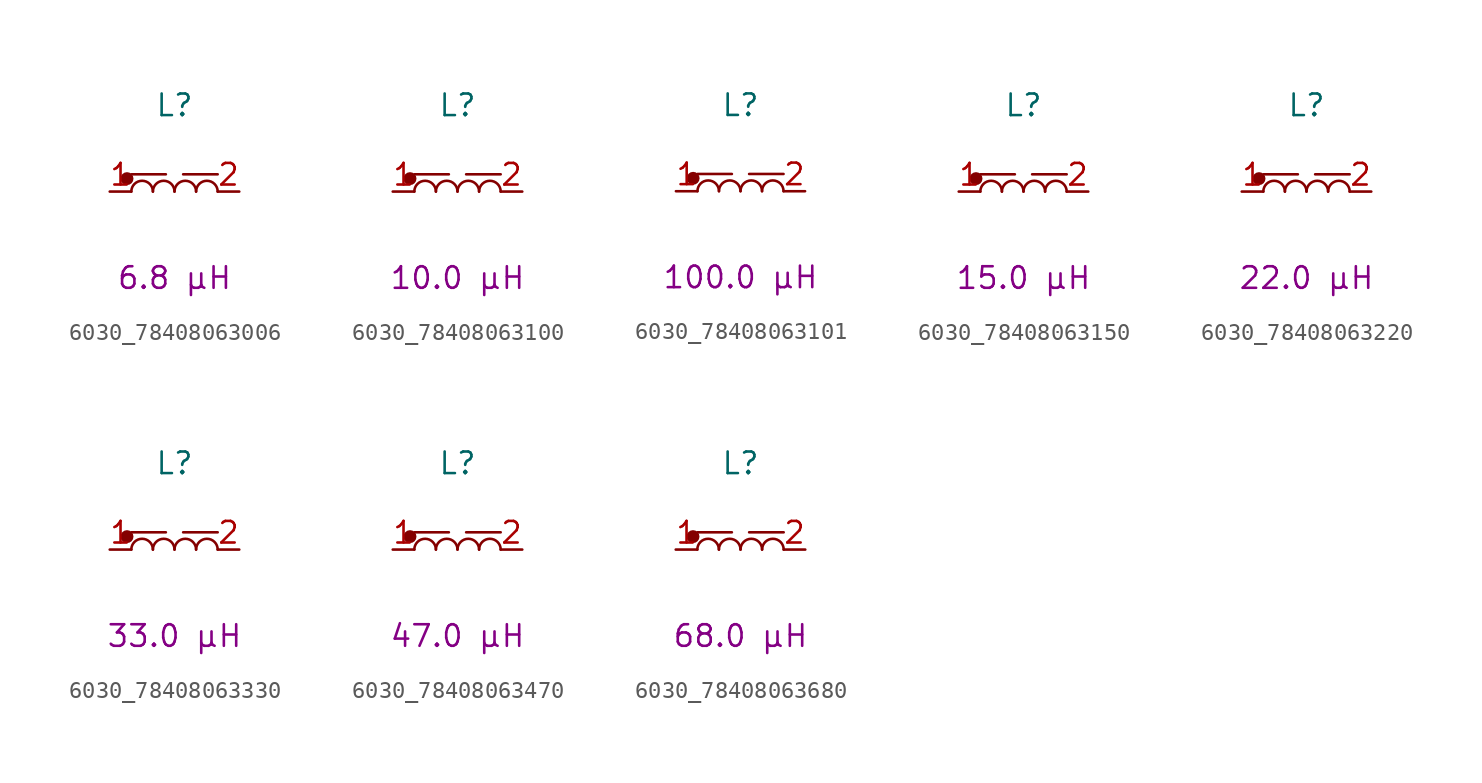
<source format=kicad_sym>
(kicad_symbol_lib
  (version 20220914)
  (generator kicad_symbol_editor)
  (symbol "6030_78408063006"
    (pin_names hide)
    (property "Reference" "L"
      (at 0 5.08 0)
      (effects (font (size 1.27 1.27))))
    (property "Critical Parameter" "6.8 µH"
      (at 0 -5.08 0)
      (effects (font (size 1.27 1.27))))
    (symbol "6030_78408063006_0_1"
      (arc (start -1.27 0) (mid -1.905 0.6323) (end -2.54 0) (stroke (width 0) (type default)) (fill (type none)))
      (arc (start 0 0) (mid -0.635 0.6323) (end -1.27 0) (stroke (width 0) (type default)) (fill (type none)))
      (polyline (pts (xy -2.54 1.016) (xy -0.508 1.016)) (stroke (width 0) (type default)) (fill (type none)))
      (arc (start 1.27 0) (mid 0.635 0.6323) (end 0 0) (stroke (width 0) (type default)) (fill (type none)))
      (arc (start 2.54 0) (mid 1.905 0.6323) (end 1.27 0) (stroke (width 0) (type default)) (fill (type none))))
    (symbol "6030_78408063006_1_1"
      (circle (center -2.794 0.762) (radius 0.0001) (stroke (width 0.381) (type default)) (fill (type none)))
      (polyline (pts (xy 2.54 1.016) (xy 0.508 1.016)) (stroke (width 0) (type default)) (fill (type none)))
      (pin passive line (at -3.81 0 0) (length 1.27) (name "1" (effects (font (size 1.27 1.27)))) (number "1" (effects (font (size 1.27 1.27)))))
      (pin passive line (at 3.81 0 180) (length 1.27) (name "2" (effects (font (size 1.27 1.27)))) (number "2" (effects (font (size 1.27 1.27)))))))
  (symbol "6030_78408063100"
    (pin_names hide)
    (property "Reference" "L"
      (at 0 5.08 0)
      (effects (font (size 1.27 1.27))))
    (property "Critical Parameter" "10.0 µH"
      (at 0 -5.08 0)
      (effects (font (size 1.27 1.27))))
    (symbol "6030_78408063100_0_1"
      (arc (start -1.27 0) (mid -1.905 0.6323) (end -2.54 0) (stroke (width 0) (type default)) (fill (type none)))
      (arc (start 0 0) (mid -0.635 0.6323) (end -1.27 0) (stroke (width 0) (type default)) (fill (type none)))
      (polyline (pts (xy -2.54 1.016) (xy -0.508 1.016)) (stroke (width 0) (type default)) (fill (type none)))
      (arc (start 1.27 0) (mid 0.635 0.6323) (end 0 0) (stroke (width 0) (type default)) (fill (type none)))
      (arc (start 2.54 0) (mid 1.905 0.6323) (end 1.27 0) (stroke (width 0) (type default)) (fill (type none))))
    (symbol "6030_78408063100_1_1"
      (circle (center -2.794 0.762) (radius 0.0001) (stroke (width 0.381) (type default)) (fill (type none)))
      (polyline (pts (xy 2.54 1.016) (xy 0.508 1.016)) (stroke (width 0) (type default)) (fill (type none)))
      (pin passive line (at -3.81 0 0) (length 1.27) (name "1" (effects (font (size 1.27 1.27)))) (number "1" (effects (font (size 1.27 1.27)))))
      (pin passive line (at 3.81 0 180) (length 1.27) (name "2" (effects (font (size 1.27 1.27)))) (number "2" (effects (font (size 1.27 1.27)))))))
  (symbol "6030_78408063101"
    (pin_names hide)
    (property "Reference" "L"
      (at 0 5.08 0)
      (effects (font (size 1.27 1.27))))
    (property "Critical Parameter" "100.0 µH"
      (at 0 -5.08 0)
      (effects (font (size 1.27 1.27))))
    (symbol "6030_78408063101_0_1"
      (arc (start -1.27 0) (mid -1.905 0.6323) (end -2.54 0) (stroke (width 0) (type default)) (fill (type none)))
      (arc (start 0 0) (mid -0.635 0.6323) (end -1.27 0) (stroke (width 0) (type default)) (fill (type none)))
      (polyline (pts (xy -2.54 1.016) (xy -0.508 1.016)) (stroke (width 0) (type default)) (fill (type none)))
      (arc (start 1.27 0) (mid 0.635 0.6323) (end 0 0) (stroke (width 0) (type default)) (fill (type none)))
      (arc (start 2.54 0) (mid 1.905 0.6323) (end 1.27 0) (stroke (width 0) (type default)) (fill (type none))))
    (symbol "6030_78408063101_1_1"
      (circle (center -2.794 0.762) (radius 0.0001) (stroke (width 0.381) (type default)) (fill (type none)))
      (polyline (pts (xy 2.54 1.016) (xy 0.508 1.016)) (stroke (width 0) (type default)) (fill (type none)))
      (pin passive line (at -3.81 0 0) (length 1.27) (name "1" (effects (font (size 1.27 1.27)))) (number "1" (effects (font (size 1.27 1.27)))))
      (pin passive line (at 3.81 0 180) (length 1.27) (name "2" (effects (font (size 1.27 1.27)))) (number "2" (effects (font (size 1.27 1.27)))))))
  (symbol "6030_78408063150"
    (pin_names hide)
    (property "Reference" "L"
      (at 0 5.08 0)
      (effects (font (size 1.27 1.27))))
    (property "Critical Parameter" "15.0 µH"
      (at 0 -5.08 0)
      (effects (font (size 1.27 1.27))))
    (symbol "6030_78408063150_0_1"
      (arc (start -1.27 0) (mid -1.905 0.6323) (end -2.54 0) (stroke (width 0) (type default)) (fill (type none)))
      (arc (start 0 0) (mid -0.635 0.6323) (end -1.27 0) (stroke (width 0) (type default)) (fill (type none)))
      (polyline (pts (xy -2.54 1.016) (xy -0.508 1.016)) (stroke (width 0) (type default)) (fill (type none)))
      (arc (start 1.27 0) (mid 0.635 0.6323) (end 0 0) (stroke (width 0) (type default)) (fill (type none)))
      (arc (start 2.54 0) (mid 1.905 0.6323) (end 1.27 0) (stroke (width 0) (type default)) (fill (type none))))
    (symbol "6030_78408063150_1_1"
      (circle (center -2.794 0.762) (radius 0.0001) (stroke (width 0.381) (type default)) (fill (type none)))
      (polyline (pts (xy 2.54 1.016) (xy 0.508 1.016)) (stroke (width 0) (type default)) (fill (type none)))
      (pin passive line (at -3.81 0 0) (length 1.27) (name "1" (effects (font (size 1.27 1.27)))) (number "1" (effects (font (size 1.27 1.27)))))
      (pin passive line (at 3.81 0 180) (length 1.27) (name "2" (effects (font (size 1.27 1.27)))) (number "2" (effects (font (size 1.27 1.27)))))))
  (symbol "6030_78408063220"
    (pin_names hide)
    (property "Reference" "L"
      (at 0 5.08 0)
      (effects (font (size 1.27 1.27))))
    (property "Critical Parameter" "22.0 µH"
      (at 0 -5.08 0)
      (effects (font (size 1.27 1.27))))
    (symbol "6030_78408063220_0_1"
      (arc (start -1.27 0) (mid -1.905 0.6323) (end -2.54 0) (stroke (width 0) (type default)) (fill (type none)))
      (arc (start 0 0) (mid -0.635 0.6323) (end -1.27 0) (stroke (width 0) (type default)) (fill (type none)))
      (polyline (pts (xy -2.54 1.016) (xy -0.508 1.016)) (stroke (width 0) (type default)) (fill (type none)))
      (arc (start 1.27 0) (mid 0.635 0.6323) (end 0 0) (stroke (width 0) (type default)) (fill (type none)))
      (arc (start 2.54 0) (mid 1.905 0.6323) (end 1.27 0) (stroke (width 0) (type default)) (fill (type none))))
    (symbol "6030_78408063220_1_1"
      (circle (center -2.794 0.762) (radius 0.0001) (stroke (width 0.381) (type default)) (fill (type none)))
      (polyline (pts (xy 2.54 1.016) (xy 0.508 1.016)) (stroke (width 0) (type default)) (fill (type none)))
      (pin passive line (at -3.81 0 0) (length 1.27) (name "1" (effects (font (size 1.27 1.27)))) (number "1" (effects (font (size 1.27 1.27)))))
      (pin passive line (at 3.81 0 180) (length 1.27) (name "2" (effects (font (size 1.27 1.27)))) (number "2" (effects (font (size 1.27 1.27)))))))
  (symbol "6030_78408063330"
    (pin_names hide)
    (property "Reference" "L"
      (at 0 5.08 0)
      (effects (font (size 1.27 1.27))))
    (property "Critical Parameter" "33.0 µH"
      (at 0 -5.08 0)
      (effects (font (size 1.27 1.27))))
    (symbol "6030_78408063330_0_1"
      (arc (start -1.27 0) (mid -1.905 0.6323) (end -2.54 0) (stroke (width 0) (type default)) (fill (type none)))
      (arc (start 0 0) (mid -0.635 0.6323) (end -1.27 0) (stroke (width 0) (type default)) (fill (type none)))
      (polyline (pts (xy -2.54 1.016) (xy -0.508 1.016)) (stroke (width 0) (type default)) (fill (type none)))
      (arc (start 1.27 0) (mid 0.635 0.6323) (end 0 0) (stroke (width 0) (type default)) (fill (type none)))
      (arc (start 2.54 0) (mid 1.905 0.6323) (end 1.27 0) (stroke (width 0) (type default)) (fill (type none))))
    (symbol "6030_78408063330_1_1"
      (circle (center -2.794 0.762) (radius 0.0001) (stroke (width 0.381) (type default)) (fill (type none)))
      (polyline (pts (xy 2.54 1.016) (xy 0.508 1.016)) (stroke (width 0) (type default)) (fill (type none)))
      (pin passive line (at -3.81 0 0) (length 1.27) (name "1" (effects (font (size 1.27 1.27)))) (number "1" (effects (font (size 1.27 1.27)))))
      (pin passive line (at 3.81 0 180) (length 1.27) (name "2" (effects (font (size 1.27 1.27)))) (number "2" (effects (font (size 1.27 1.27)))))))
  (symbol "6030_78408063470"
    (pin_names hide)
    (property "Reference" "L"
      (at 0 5.08 0)
      (effects (font (size 1.27 1.27))))
    (property "Critical Parameter" "47.0 µH"
      (at 0 -5.08 0)
      (effects (font (size 1.27 1.27))))
    (symbol "6030_78408063470_0_1"
      (arc (start -1.27 0) (mid -1.905 0.6323) (end -2.54 0) (stroke (width 0) (type default)) (fill (type none)))
      (arc (start 0 0) (mid -0.635 0.6323) (end -1.27 0) (stroke (width 0) (type default)) (fill (type none)))
      (polyline (pts (xy -2.54 1.016) (xy -0.508 1.016)) (stroke (width 0) (type default)) (fill (type none)))
      (arc (start 1.27 0) (mid 0.635 0.6323) (end 0 0) (stroke (width 0) (type default)) (fill (type none)))
      (arc (start 2.54 0) (mid 1.905 0.6323) (end 1.27 0) (stroke (width 0) (type default)) (fill (type none))))
    (symbol "6030_78408063470_1_1"
      (circle (center -2.794 0.762) (radius 0.0001) (stroke (width 0.381) (type default)) (fill (type none)))
      (polyline (pts (xy 2.54 1.016) (xy 0.508 1.016)) (stroke (width 0) (type default)) (fill (type none)))
      (pin passive line (at -3.81 0 0) (length 1.27) (name "1" (effects (font (size 1.27 1.27)))) (number "1" (effects (font (size 1.27 1.27)))))
      (pin passive line (at 3.81 0 180) (length 1.27) (name "2" (effects (font (size 1.27 1.27)))) (number "2" (effects (font (size 1.27 1.27)))))))
  (symbol "6030_78408063680"
    (pin_names hide)
    (property "Reference" "L"
      (at 0 5.08 0)
      (effects (font (size 1.27 1.27))))
    (property "Critical Parameter" "68.0 µH"
      (at 0 -5.08 0)
      (effects (font (size 1.27 1.27))))
    (symbol "6030_78408063680_0_1"
      (arc (start -1.27 0) (mid -1.905 0.6323) (end -2.54 0) (stroke (width 0) (type default)) (fill (type none)))
      (arc (start 0 0) (mid -0.635 0.6323) (end -1.27 0) (stroke (width 0) (type default)) (fill (type none)))
      (polyline (pts (xy -2.54 1.016) (xy -0.508 1.016)) (stroke (width 0) (type default)) (fill (type none)))
      (arc (start 1.27 0) (mid 0.635 0.6323) (end 0 0) (stroke (width 0) (type default)) (fill (type none)))
      (arc (start 2.54 0) (mid 1.905 0.6323) (end 1.27 0) (stroke (width 0) (type default)) (fill (type none))))
    (symbol "6030_78408063680_1_1"
      (circle (center -2.794 0.762) (radius 0.0001) (stroke (width 0.381) (type default)) (fill (type none)))
      (polyline (pts (xy 2.54 1.016) (xy 0.508 1.016)) (stroke (width 0) (type default)) (fill (type none)))
      (pin passive line (at -3.81 0 0) (length 1.27) (name "1" (effects (font (size 1.27 1.27)))) (number "1" (effects (font (size 1.27 1.27)))))
      (pin passive line (at 3.81 0 180) (length 1.27) (name "2" (effects (font (size 1.27 1.27)))) (number "2" (effects (font (size 1.27 1.27))))))))
</source>
